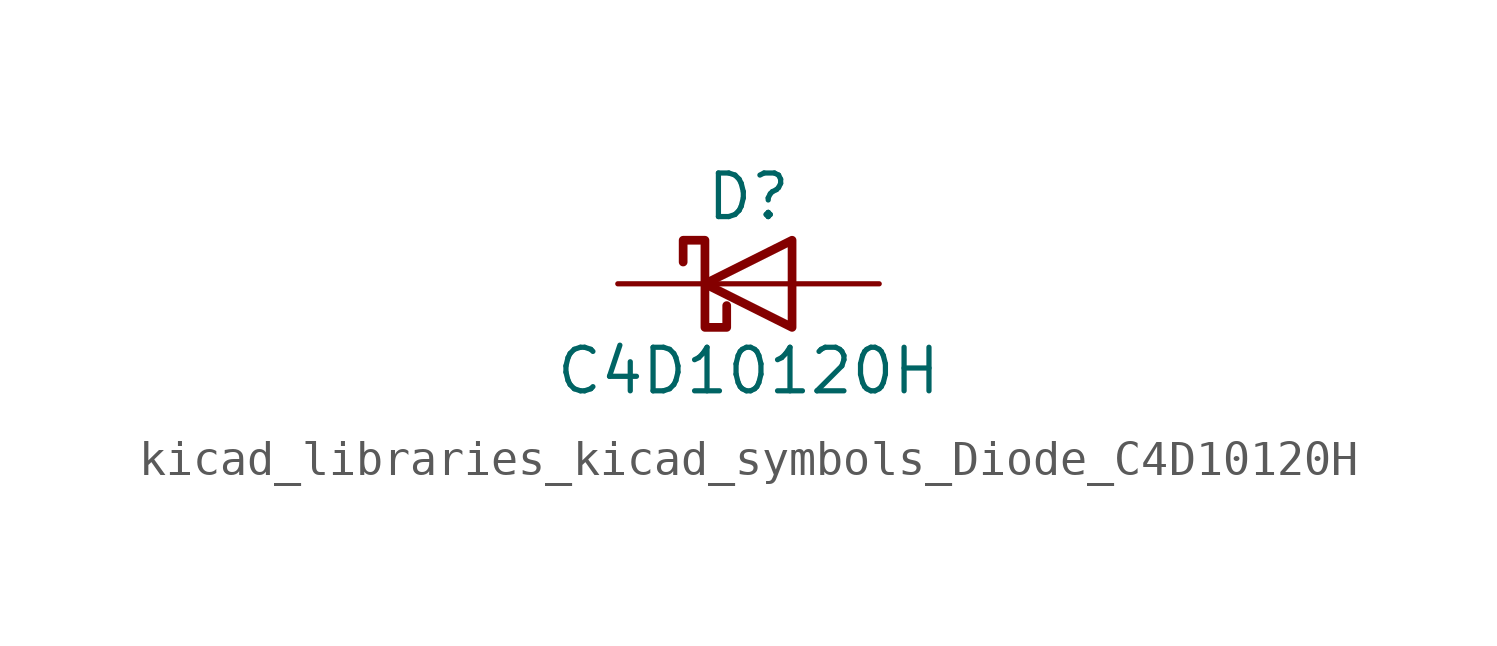
<source format=kicad_sym>
(kicad_symbol_lib
  (version 20220914)
  (generator kicad_symbol_editor)
  (symbol "kicad_libraries_kicad_symbols_Diode_C4D10120H"
    (pin_numbers hide)
    (pin_names
      (offset 1.016) hide)
    (property "Reference" "D"
      (at 0 2.54 0)
      (effects (font (size 1.27 1.27))))
    (property "Value" "C4D10120H"
      (at 0 -2.54 0)
      (effects (font (size 1.27 1.27))))
    (symbol "kicad_libraries_kicad_symbols_Diode_C4D10120H_0_1"
      (polyline (pts (xy 1.27 0) (xy -1.27 0)) (stroke (width 0) (type default)) (fill (type none)))
      (polyline (pts (xy 1.27 1.27) (xy 1.27 -1.27) (xy -1.27 0) (xy 1.27 1.27)) (stroke (width 0.254) (type default)) (fill (type none)))
      (polyline (pts (xy -1.905 0.635) (xy -1.905 1.27) (xy -1.27 1.27) (xy -1.27 -1.27) (xy -0.635 -1.27) (xy -0.635 -0.635)) (stroke (width 0.254) (type default)) (fill (type none))))
    (symbol "kicad_libraries_kicad_symbols_Diode_C4D10120H_1_1"
      (pin passive line (at -3.81 0 0) (length 2.54) (name "K" (effects (font (size 1.27 1.27)))) (number "1" (effects (font (size 1.27 1.27)))))
      (pin passive line (at 3.81 0 180) (length 2.54) (name "A" (effects (font (size 1.27 1.27)))) (number "2" (effects (font (size 1.27 1.27))))))))
</source>
